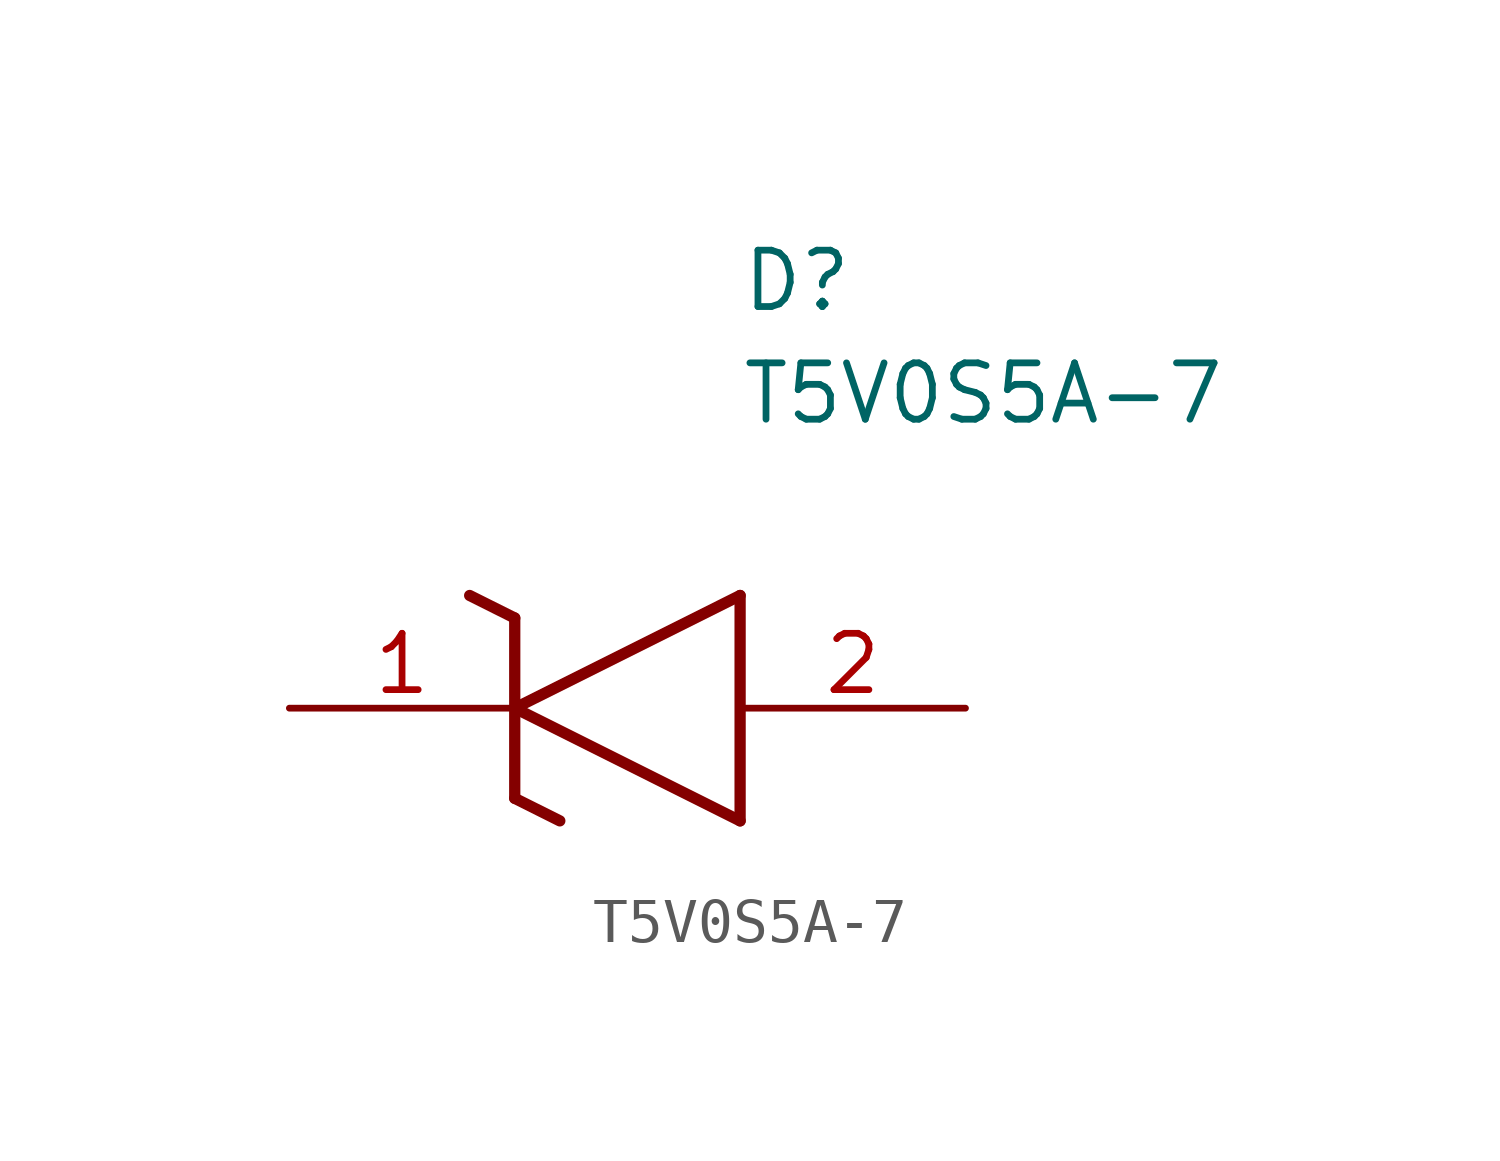
<source format=kicad_sym>
(kicad_symbol_lib
  (version 20211014)
  (generator SamacSys_ECAD_Model)
  (symbol "T5V0S5A-7"
    (pin_names hide)
    (property "Reference" "D"
      (at 10.16 8.89 0)
      (effects (font (size 1.27 1.27)) (justify left bottom)))
    (property "Value" "T5V0S5A-7"
      (at 10.16 6.35 0)
      (effects (font (size 1.27 1.27)) (justify left bottom)))
    (polyline
      (pts (xy 5.08 0) (xy 10.16 2.54))
      (stroke (width 0.254) (type default))
      (fill (type none)))
    (polyline
      (pts (xy 10.16 -2.54) (xy 10.16 2.54))
      (stroke (width 0.254) (type default))
      (fill (type none)))
    (polyline
      (pts (xy 10.16 -2.54) (xy 5.08 0))
      (stroke (width 0.254) (type default))
      (fill (type none)))
    (polyline
      (pts (xy 5.08 -2.032) (xy 6.096 -2.54))
      (stroke (width 0.254) (type default))
      (fill (type none)))
    (polyline
      (pts (xy 5.08 -2.032) (xy 5.08 2.032))
      (stroke (width 0.254) (type default))
      (fill (type none)))
    (polyline
      (pts (xy 4.064 2.54) (xy 5.08 2.032))
      (stroke (width 0.254) (type default))
      (fill (type none)))
    (pin passive line
      (at 0 0 0)
      (length 5.08)
      (name "K" (effects (font (size 1.27 1.27))))
      (number "1" (effects (font (size 1.27 1.27)))))
    (pin passive line
      (at 15.24 0 180)
      (length 5.08)
      (name "A" (effects (font (size 1.27 1.27))))
      (number "2" (effects (font (size 1.27 1.27)))))))
</source>
